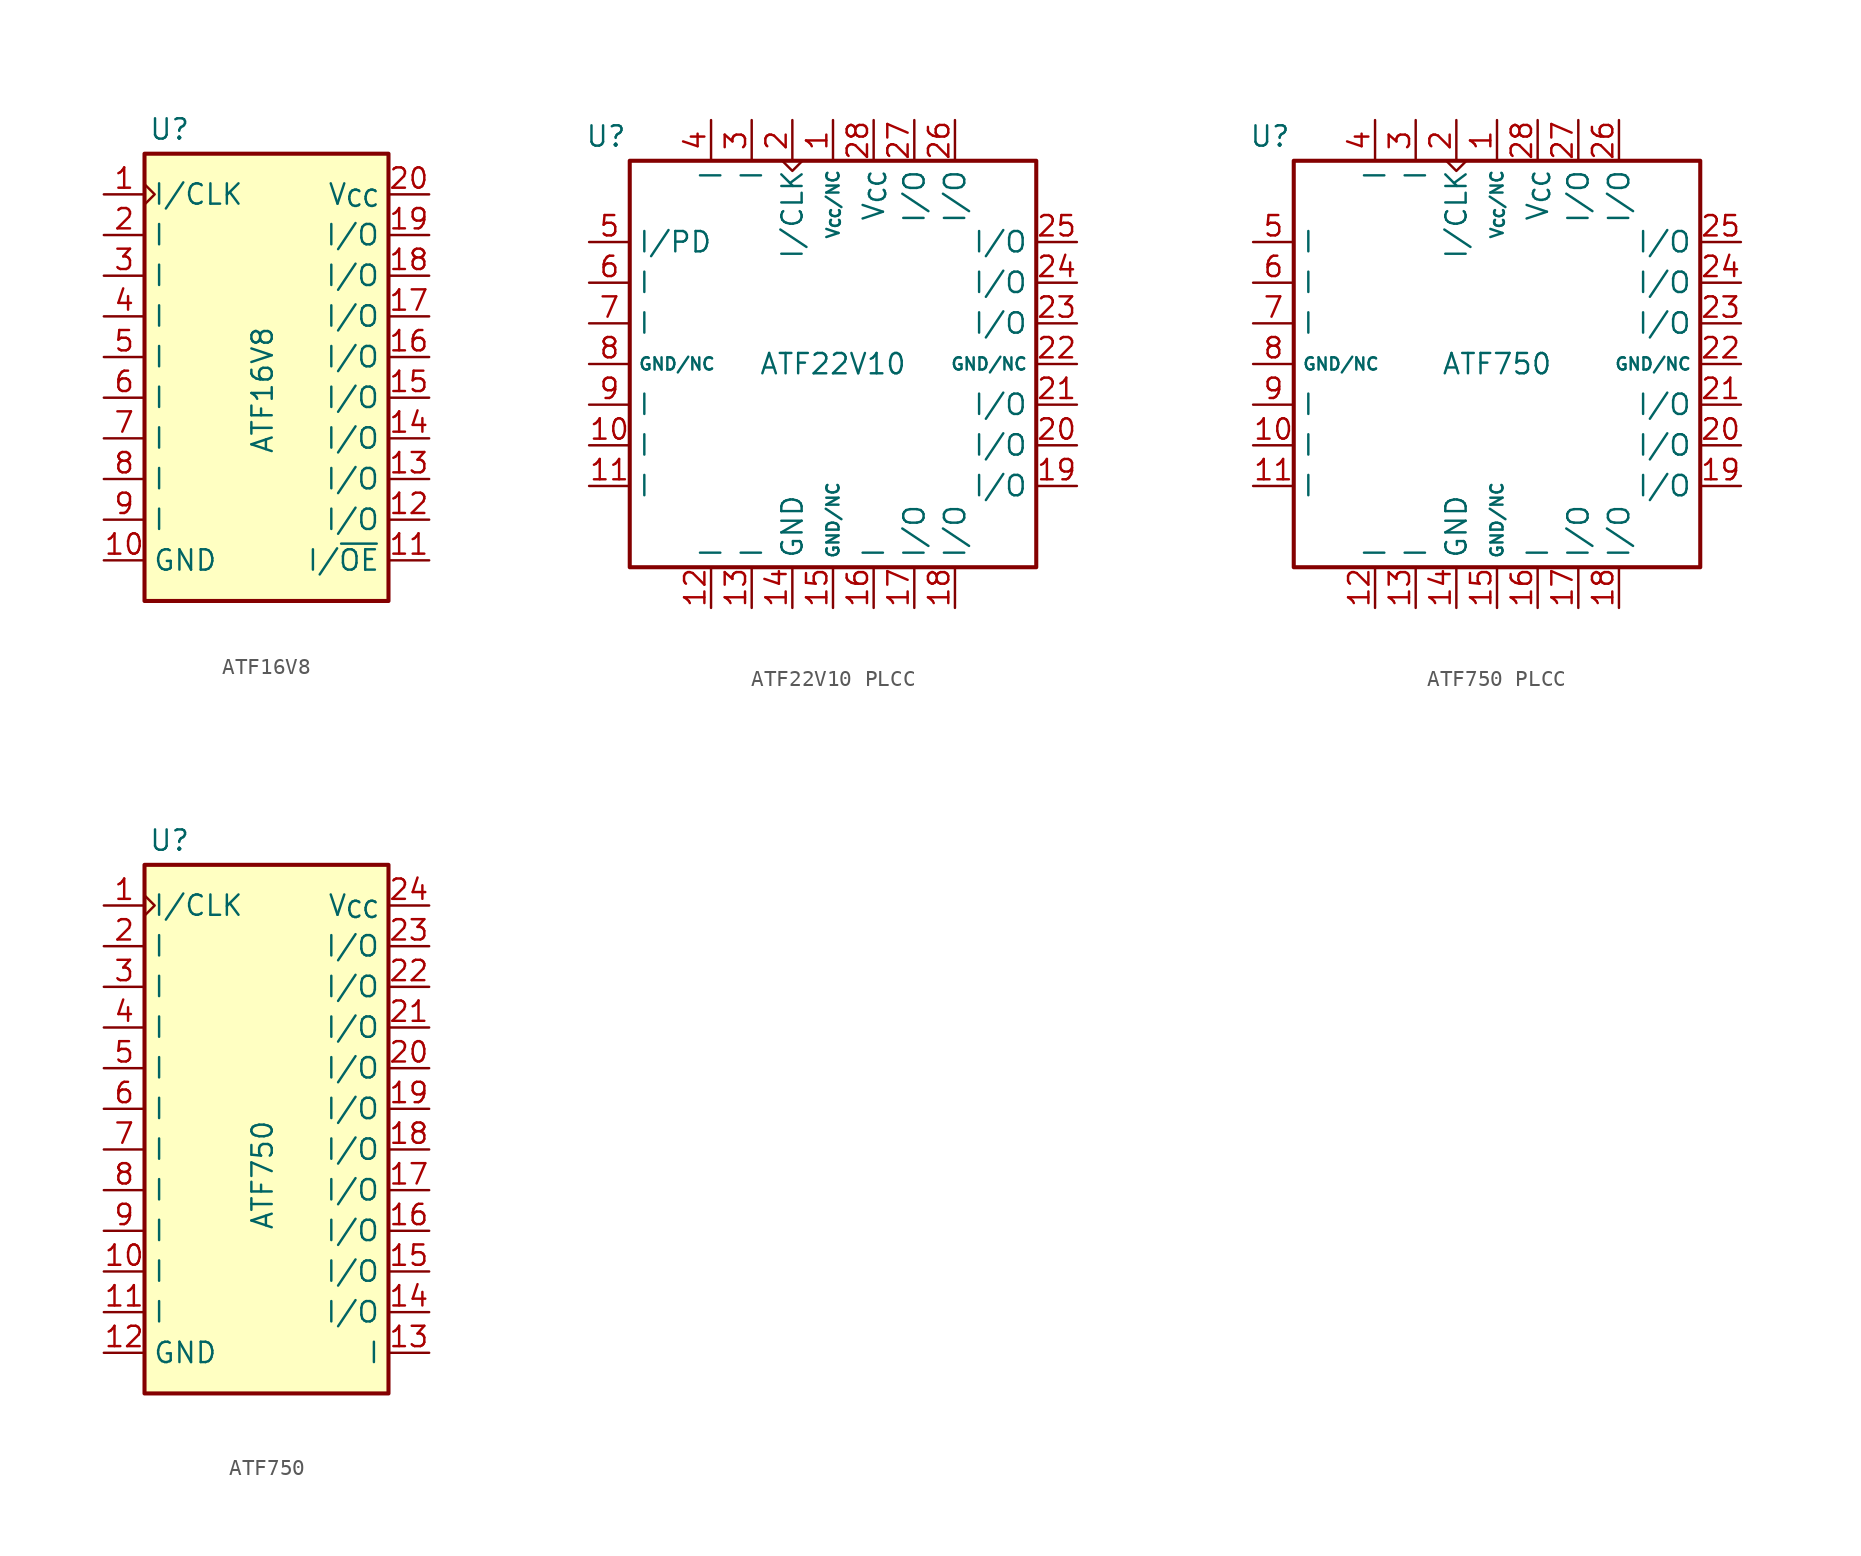
<source format=kicad_sym>
(kicad_symbol_lib
  (version 20241209)
  (generator "kicad_symbol_editor")
  (generator_version "9.0")
  (symbol "ATF16V8"
    (property "Reference" "U"
      (at -7.366 16.764 0)
      (effects (font (size 1.27 1.27)) (justify left)))
    (property "Value" "ATF16V8"
      (at -0.254 -3.556 90)
      (effects (font (size 1.27 1.27)) (justify left)))
    (symbol "ATF16V8_0_0"
      (pin power_in line (at -10.16 -10.16 0) (length 2.54) (name "GND" (effects (font (size 1.27 1.27)))) (number "10" (effects (font (size 1.27 1.27))))))
    (symbol "ATF16V8_0_1"
      (rectangle (start -7.62 15.24) (end 7.62 -12.7) (stroke (width 0.254) (type default)) (fill (type background)))
      (polyline (pts (xy -7.62 13.335) (xy -6.985 12.7) (xy -7.62 12.065)) (stroke (width 0) (type default)) (fill (type none))))
    (symbol "ATF16V8_1_0"
      (pin power_in line (at 10.16 12.7 180) (length 2.54) (name "V_{CC}" (effects (font (size 1.27 1.27)))) (number "20" (effects (font (size 1.27 1.27))))))
    (symbol "ATF16V8_1_1"
      (pin input line (at -10.16 12.7 0) (length 2.54) (name "I/CLK" (effects (font (size 1.27 1.27)))) (number "1" (effects (font (size 1.27 1.27)))))
      (pin input line (at -10.16 10.16 0) (length 2.54) (name "I" (effects (font (size 1.27 1.27)))) (number "2" (effects (font (size 1.27 1.27)))) (alternate "EDIT" input line))
      (pin input line (at -10.16 7.62 0) (length 2.54) (name "I" (effects (font (size 1.27 1.27)))) (number "3" (effects (font (size 1.27 1.27)))) (alternate "RA1" input line))
      (pin input line (at -10.16 5.08 0) (length 2.54) (name "I" (effects (font (size 1.27 1.27)))) (number "4" (effects (font (size 1.27 1.27)))) (alternate "RA2" input line))
      (pin input line (at -10.16 2.54 0) (length 2.54) (name "I" (effects (font (size 1.27 1.27)))) (number "5" (effects (font (size 1.27 1.27)))) (alternate "RA3" input line))
      (pin input line (at -10.16 0 0) (length 2.54) (name "I" (effects (font (size 1.27 1.27)))) (number "6" (effects (font (size 1.27 1.27)))) (alternate "RA4" input line))
      (pin input line (at -10.16 -2.54 0) (length 2.54) (name "I" (effects (font (size 1.27 1.27)))) (number "7" (effects (font (size 1.27 1.27)))) (alternate "RA5" input line))
      (pin input line (at -10.16 -5.08 0) (length 2.54) (name "I" (effects (font (size 1.27 1.27)))) (number "8" (effects (font (size 1.27 1.27)))) (alternate "SCLK" input line))
      (pin input line (at -10.16 -7.62 0) (length 2.54) (name "I" (effects (font (size 1.27 1.27)))) (number "9" (effects (font (size 1.27 1.27)))) (alternate "DIN" input line))
      (pin bidirectional line (at 10.16 10.16 180) (length 2.54) (name "I/O" (effects (font (size 1.27 1.27)))) (number "19" (effects (font (size 1.27 1.27)))) (alternate "PV" bidirectional line))
      (pin bidirectional line (at 10.16 7.62 180) (length 2.54) (name "I/O" (effects (font (size 1.27 1.27)))) (number "18" (effects (font (size 1.27 1.27)))) (alternate "RA0" bidirectional line))
      (pin bidirectional line (at 10.16 5.08 180) (length 2.54) (name "I/O" (effects (font (size 1.27 1.27)))) (number "17" (effects (font (size 1.27 1.27)))))
      (pin bidirectional line (at 10.16 2.54 180) (length 2.54) (name "I/O" (effects (font (size 1.27 1.27)))) (number "16" (effects (font (size 1.27 1.27)))))
      (pin bidirectional line (at 10.16 0 180) (length 2.54) (name "I/O" (effects (font (size 1.27 1.27)))) (number "15" (effects (font (size 1.27 1.27)))))
      (pin bidirectional line (at 10.16 -2.54 180) (length 2.54) (name "I/O" (effects (font (size 1.27 1.27)))) (number "14" (effects (font (size 1.27 1.27)))))
      (pin bidirectional line (at 10.16 -5.08 180) (length 2.54) (name "I/O" (effects (font (size 1.27 1.27)))) (number "13" (effects (font (size 1.27 1.27)))))
      (pin bidirectional line (at 10.16 -7.62 180) (length 2.54) (name "I/O" (effects (font (size 1.27 1.27)))) (number "12" (effects (font (size 1.27 1.27)))) (alternate "DOUT" bidirectional line))
      (pin input line (at 10.16 -10.16 180) (length 2.54) (name "I/~{OE}" (effects (font (size 1.27 1.27)))) (number "11" (effects (font (size 1.27 1.27)))) (alternate "STR" input line))))
  (symbol "ATF22V10 PLCC"
    (property "Reference" "U"
      (at -15.494 14.224 0)
      (effects (font (size 1.27 1.27)) (justify left)))
    (property "Value" "ATF22V10"
      (at 0 0 0)
      (effects (font (size 1.27 1.27))))
    (symbol "ATF22V10 PLCC_1_0"
      (pin unspecified line (at -15.24 0 0) (length 2.54) (name "GND/NC" (effects (font (size 0.762 0.762)))) (number "8" (effects (font (size 1.27 1.27)))))
      (pin power_in line (at -2.54 -15.24 90) (length 2.54) (name "GND" (effects (font (size 1.27 1.27)))) (number "14" (effects (font (size 1.27 1.27)))))
      (pin unspecified line (at 0 15.24 270) (length 2.54) (name "V_{CC}/NC" (effects (font (size 0.762 0.762)))) (number "1" (effects (font (size 1.27 1.27)))))
      (pin unspecified line (at 0 -15.24 90) (length 2.54) (name "GND/NC" (effects (font (size 0.762 0.762)))) (number "15" (effects (font (size 1.27 1.27)))))
      (pin power_in line (at 2.54 15.24 270) (length 2.54) (name "V_{CC}" (effects (font (size 1.27 1.27)))) (number "28" (effects (font (size 1.27 1.27)))))
      (pin unspecified line (at 15.24 0 180) (length 2.54) (name "GND/NC" (effects (font (size 0.762 0.762)))) (number "22" (effects (font (size 1.27 1.27))))))
    (symbol "ATF22V10 PLCC_1_1"
      (rectangle (start -12.7 12.7) (end 12.7 -12.7) (stroke (width 0.254) (type solid)) (fill (type none)))
      (polyline (pts (xy -3.175 12.7) (xy -2.54 12.065) (xy -1.905 12.7)) (stroke (width 0) (type default)) (fill (type none)))
      (pin input line (at -15.24 7.62 0) (length 2.54) (name "I/PD" (effects (font (size 1.27 1.27)))) (number "5" (effects (font (size 1.27 1.27)))) (alternate "RA0" input line))
      (pin input line (at -15.24 5.08 0) (length 2.54) (name "I" (effects (font (size 1.27 1.27)))) (number "6" (effects (font (size 1.27 1.27)))) (alternate "RA1" input line))
      (pin input line (at -15.24 2.54 0) (length 2.54) (name "I" (effects (font (size 1.27 1.27)))) (number "7" (effects (font (size 1.27 1.27)))) (alternate "RA2" input line))
      (pin input line (at -15.24 -2.54 0) (length 2.54) (name "I" (effects (font (size 1.27 1.27)))) (number "9" (effects (font (size 1.27 1.27)))) (alternate "RA3" input line))
      (pin input line (at -15.24 -5.08 0) (length 2.54) (name "I" (effects (font (size 1.27 1.27)))) (number "10" (effects (font (size 1.27 1.27)))) (alternate "RA4" input line))
      (pin input line (at -15.24 -7.62 0) (length 2.54) (name "I" (effects (font (size 1.27 1.27)))) (number "11" (effects (font (size 1.27 1.27)))) (alternate "RA5" input line))
      (pin input line (at -7.62 15.24 270) (length 2.54) (name "I" (effects (font (size 1.27 1.27)))) (number "4" (effects (font (size 1.27 1.27)))) (alternate "PV" input line))
      (pin input line (at -7.62 -15.24 90) (length 2.54) (name "I" (effects (font (size 1.27 1.27)))) (number "12" (effects (font (size 1.27 1.27)))) (alternate "SCLK" input line))
      (pin input line (at -5.08 15.24 270) (length 2.54) (name "I" (effects (font (size 1.27 1.27)))) (number "3" (effects (font (size 1.27 1.27)))) (alternate "EDIT" input line))
      (pin input line (at -5.08 -15.24 90) (length 2.54) (name "I" (effects (font (size 1.27 1.27)))) (number "13" (effects (font (size 1.27 1.27)))) (alternate "DIN" input line))
      (pin input line (at -2.54 15.24 270) (length 2.54) (name "I/CLK" (effects (font (size 1.27 1.27)))) (number "2" (effects (font (size 1.27 1.27)))))
      (pin input line (at 2.54 -15.24 90) (length 2.54) (name "I" (effects (font (size 1.27 1.27)))) (number "16" (effects (font (size 1.27 1.27)))) (alternate "STR" input line))
      (pin bidirectional line (at 5.08 15.24 270) (length 2.54) (name "I/O" (effects (font (size 1.27 1.27)))) (number "27" (effects (font (size 1.27 1.27)))))
      (pin bidirectional line (at 5.08 -15.24 90) (length 2.54) (name "I/O" (effects (font (size 1.27 1.27)))) (number "17" (effects (font (size 1.27 1.27)))) (alternate "DOUT" bidirectional line))
      (pin bidirectional line (at 7.62 15.24 270) (length 2.54) (name "I/O" (effects (font (size 1.27 1.27)))) (number "26" (effects (font (size 1.27 1.27)))))
      (pin bidirectional line (at 7.62 -15.24 90) (length 2.54) (name "I/O" (effects (font (size 1.27 1.27)))) (number "18" (effects (font (size 1.27 1.27)))))
      (pin bidirectional line (at 15.24 7.62 180) (length 2.54) (name "I/O" (effects (font (size 1.27 1.27)))) (number "25" (effects (font (size 1.27 1.27)))))
      (pin bidirectional line (at 15.24 5.08 180) (length 2.54) (name "I/O" (effects (font (size 1.27 1.27)))) (number "24" (effects (font (size 1.27 1.27)))))
      (pin bidirectional line (at 15.24 2.54 180) (length 2.54) (name "I/O" (effects (font (size 1.27 1.27)))) (number "23" (effects (font (size 1.27 1.27)))))
      (pin bidirectional line (at 15.24 -2.54 180) (length 2.54) (name "I/O" (effects (font (size 1.27 1.27)))) (number "21" (effects (font (size 1.27 1.27)))))
      (pin bidirectional line (at 15.24 -5.08 180) (length 2.54) (name "I/O" (effects (font (size 1.27 1.27)))) (number "20" (effects (font (size 1.27 1.27)))))
      (pin bidirectional line (at 15.24 -7.62 180) (length 2.54) (name "I/O" (effects (font (size 1.27 1.27)))) (number "19" (effects (font (size 1.27 1.27)))))))
  (symbol "ATF750 PLCC"
    (property "Reference" "U"
      (at -15.494 14.224 0)
      (effects (font (size 1.27 1.27)) (justify left)))
    (property "Value" "ATF750"
      (at 0 0 0)
      (effects (font (size 1.27 1.27))))
    (symbol "ATF750 PLCC_1_0"
      (pin unspecified line (at -15.24 0 0) (length 2.54) (name "GND/NC" (effects (font (size 0.762 0.762)))) (number "8" (effects (font (size 1.27 1.27)))))
      (pin power_in line (at -2.54 -15.24 90) (length 2.54) (name "GND" (effects (font (size 1.27 1.27)))) (number "14" (effects (font (size 1.27 1.27)))))
      (pin unspecified line (at 0 15.24 270) (length 2.54) (name "V_{CC}/NC" (effects (font (size 0.762 0.762)))) (number "1" (effects (font (size 1.27 1.27)))))
      (pin unspecified line (at 0 -15.24 90) (length 2.54) (name "GND/NC" (effects (font (size 0.762 0.762)))) (number "15" (effects (font (size 1.27 1.27)))))
      (pin power_in line (at 2.54 15.24 270) (length 2.54) (name "V_{CC}" (effects (font (size 1.27 1.27)))) (number "28" (effects (font (size 1.27 1.27)))))
      (pin unspecified line (at 15.24 0 180) (length 2.54) (name "GND/NC" (effects (font (size 0.762 0.762)))) (number "22" (effects (font (size 1.27 1.27))))))
    (symbol "ATF750 PLCC_1_1"
      (rectangle (start -12.7 12.7) (end 12.7 -12.7) (stroke (width 0.254) (type solid)) (fill (type none)))
      (polyline (pts (xy -3.175 12.7) (xy -2.54 12.065) (xy -1.905 12.7)) (stroke (width 0) (type default)) (fill (type none)))
      (pin input line (at -15.24 7.62 0) (length 2.54) (name "I" (effects (font (size 1.27 1.27)))) (number "5" (effects (font (size 1.27 1.27)))) (alternate "RA0" input line))
      (pin input line (at -15.24 5.08 0) (length 2.54) (name "I" (effects (font (size 1.27 1.27)))) (number "6" (effects (font (size 1.27 1.27)))) (alternate "RA1" input line))
      (pin input line (at -15.24 2.54 0) (length 2.54) (name "I" (effects (font (size 1.27 1.27)))) (number "7" (effects (font (size 1.27 1.27)))) (alternate "RA2" input line))
      (pin input line (at -15.24 -2.54 0) (length 2.54) (name "I" (effects (font (size 1.27 1.27)))) (number "9" (effects (font (size 1.27 1.27)))) (alternate "RA3" input line))
      (pin input line (at -15.24 -5.08 0) (length 2.54) (name "I" (effects (font (size 1.27 1.27)))) (number "10" (effects (font (size 1.27 1.27)))) (alternate "RA4" input line))
      (pin input line (at -15.24 -7.62 0) (length 2.54) (name "I" (effects (font (size 1.27 1.27)))) (number "11" (effects (font (size 1.27 1.27)))) (alternate "RA5" input line))
      (pin input line (at -7.62 15.24 270) (length 2.54) (name "I" (effects (font (size 1.27 1.27)))) (number "4" (effects (font (size 1.27 1.27)))) (alternate "PV" input line))
      (pin input line (at -7.62 -15.24 90) (length 2.54) (name "I" (effects (font (size 1.27 1.27)))) (number "12" (effects (font (size 1.27 1.27)))) (alternate "SCLK" input line))
      (pin input line (at -5.08 15.24 270) (length 2.54) (name "I" (effects (font (size 1.27 1.27)))) (number "3" (effects (font (size 1.27 1.27)))) (alternate "EDIT" input line))
      (pin input line (at -5.08 -15.24 90) (length 2.54) (name "I" (effects (font (size 1.27 1.27)))) (number "13" (effects (font (size 1.27 1.27)))) (alternate "DIN" input line))
      (pin input line (at -2.54 15.24 270) (length 2.54) (name "I/CLK" (effects (font (size 1.27 1.27)))) (number "2" (effects (font (size 1.27 1.27)))))
      (pin input line (at 2.54 -15.24 90) (length 2.54) (name "I" (effects (font (size 1.27 1.27)))) (number "16" (effects (font (size 1.27 1.27)))) (alternate "STR" input line))
      (pin bidirectional line (at 5.08 15.24 270) (length 2.54) (name "I/O" (effects (font (size 1.27 1.27)))) (number "27" (effects (font (size 1.27 1.27)))))
      (pin bidirectional line (at 5.08 -15.24 90) (length 2.54) (name "I/O" (effects (font (size 1.27 1.27)))) (number "17" (effects (font (size 1.27 1.27)))) (alternate "DOUT" bidirectional line))
      (pin bidirectional line (at 7.62 15.24 270) (length 2.54) (name "I/O" (effects (font (size 1.27 1.27)))) (number "26" (effects (font (size 1.27 1.27)))))
      (pin bidirectional line (at 7.62 -15.24 90) (length 2.54) (name "I/O" (effects (font (size 1.27 1.27)))) (number "18" (effects (font (size 1.27 1.27)))))
      (pin bidirectional line (at 15.24 7.62 180) (length 2.54) (name "I/O" (effects (font (size 1.27 1.27)))) (number "25" (effects (font (size 1.27 1.27)))))
      (pin bidirectional line (at 15.24 5.08 180) (length 2.54) (name "I/O" (effects (font (size 1.27 1.27)))) (number "24" (effects (font (size 1.27 1.27)))))
      (pin bidirectional line (at 15.24 2.54 180) (length 2.54) (name "I/O" (effects (font (size 1.27 1.27)))) (number "23" (effects (font (size 1.27 1.27)))))
      (pin bidirectional line (at 15.24 -2.54 180) (length 2.54) (name "I/O" (effects (font (size 1.27 1.27)))) (number "21" (effects (font (size 1.27 1.27)))))
      (pin bidirectional line (at 15.24 -5.08 180) (length 2.54) (name "I/O" (effects (font (size 1.27 1.27)))) (number "20" (effects (font (size 1.27 1.27)))))
      (pin bidirectional line (at 15.24 -7.62 180) (length 2.54) (name "I/O" (effects (font (size 1.27 1.27)))) (number "19" (effects (font (size 1.27 1.27)))))))
  (symbol "ATF750"
    (property "Reference" "U"
      (at -7.366 16.764 0)
      (effects (font (size 1.27 1.27)) (justify left)))
    (property "Value" "ATF750"
      (at -0.254 -7.62 90)
      (effects (font (size 1.27 1.27)) (justify left)))
    (symbol "ATF750_0_1"
      (polyline (pts (xy -7.62 13.335) (xy -6.985 12.7) (xy -7.62 12.065)) (stroke (width 0) (type default)) (fill (type none))))
    (symbol "ATF750_1_0"
      (pin power_in line (at -10.16 -15.24 0) (length 2.54) (name "GND" (effects (font (size 1.27 1.27)))) (number "12" (effects (font (size 1.27 1.27)))))
      (pin power_in line (at 10.16 12.7 180) (length 2.54) (name "V_{CC}" (effects (font (size 1.27 1.27)))) (number "24" (effects (font (size 1.27 1.27))))))
    (symbol "ATF750_1_1"
      (rectangle (start -7.62 15.24) (end 7.62 -17.78) (stroke (width 0.254) (type solid)) (fill (type background)))
      (pin input line (at -10.16 12.7 0) (length 2.54) (name "I/CLK" (effects (font (size 1.27 1.27)))) (number "1" (effects (font (size 1.27 1.27)))))
      (pin input line (at -10.16 10.16 0) (length 2.54) (name "I" (effects (font (size 1.27 1.27)))) (number "2" (effects (font (size 1.27 1.27)))) (alternate "EDIT" input line))
      (pin input line (at -10.16 7.62 0) (length 2.54) (name "I" (effects (font (size 1.27 1.27)))) (number "3" (effects (font (size 1.27 1.27)))) (alternate "PV" input line))
      (pin input line (at -10.16 5.08 0) (length 2.54) (name "I" (effects (font (size 1.27 1.27)))) (number "4" (effects (font (size 1.27 1.27)))) (alternate "RA0" input line))
      (pin input line (at -10.16 2.54 0) (length 2.54) (name "I" (effects (font (size 1.27 1.27)))) (number "5" (effects (font (size 1.27 1.27)))) (alternate "RA1" input line))
      (pin input line (at -10.16 0 0) (length 2.54) (name "I" (effects (font (size 1.27 1.27)))) (number "6" (effects (font (size 1.27 1.27)))) (alternate "RA2" input line))
      (pin input line (at -10.16 -2.54 0) (length 2.54) (name "I" (effects (font (size 1.27 1.27)))) (number "7" (effects (font (size 1.27 1.27)))) (alternate "RA3" input line))
      (pin input line (at -10.16 -5.08 0) (length 2.54) (name "I" (effects (font (size 1.27 1.27)))) (number "8" (effects (font (size 1.27 1.27)))) (alternate "RA4" input line))
      (pin input line (at -10.16 -7.62 0) (length 2.54) (name "I" (effects (font (size 1.27 1.27)))) (number "9" (effects (font (size 1.27 1.27)))) (alternate "RA5" input line))
      (pin input line (at -10.16 -10.16 0) (length 2.54) (name "I" (effects (font (size 1.27 1.27)))) (number "10" (effects (font (size 1.27 1.27)))) (alternate "SCLK" input line))
      (pin input line (at -10.16 -12.7 0) (length 2.54) (name "I" (effects (font (size 1.27 1.27)))) (number "11" (effects (font (size 1.27 1.27)))) (alternate "DIN" input line))
      (pin bidirectional line (at 10.16 10.16 180) (length 2.54) (name "I/O" (effects (font (size 1.27 1.27)))) (number "23" (effects (font (size 1.27 1.27)))))
      (pin bidirectional line (at 10.16 7.62 180) (length 2.54) (name "I/O" (effects (font (size 1.27 1.27)))) (number "22" (effects (font (size 1.27 1.27)))))
      (pin bidirectional line (at 10.16 5.08 180) (length 2.54) (name "I/O" (effects (font (size 1.27 1.27)))) (number "21" (effects (font (size 1.27 1.27)))))
      (pin bidirectional line (at 10.16 2.54 180) (length 2.54) (name "I/O" (effects (font (size 1.27 1.27)))) (number "20" (effects (font (size 1.27 1.27)))))
      (pin bidirectional line (at 10.16 0 180) (length 2.54) (name "I/O" (effects (font (size 1.27 1.27)))) (number "19" (effects (font (size 1.27 1.27)))))
      (pin bidirectional line (at 10.16 -2.54 180) (length 2.54) (name "I/O" (effects (font (size 1.27 1.27)))) (number "18" (effects (font (size 1.27 1.27)))))
      (pin bidirectional line (at 10.16 -5.08 180) (length 2.54) (name "I/O" (effects (font (size 1.27 1.27)))) (number "17" (effects (font (size 1.27 1.27)))))
      (pin bidirectional line (at 10.16 -7.62 180) (length 2.54) (name "I/O" (effects (font (size 1.27 1.27)))) (number "16" (effects (font (size 1.27 1.27)))))
      (pin bidirectional line (at 10.16 -10.16 180) (length 2.54) (name "I/O" (effects (font (size 1.27 1.27)))) (number "15" (effects (font (size 1.27 1.27)))))
      (pin bidirectional line (at 10.16 -12.7 180) (length 2.54) (name "I/O" (effects (font (size 1.27 1.27)))) (number "14" (effects (font (size 1.27 1.27)))) (alternate "DOUT" bidirectional line))
      (pin input line (at 10.16 -15.24 180) (length 2.54) (name "I" (effects (font (size 1.27 1.27)))) (number "13" (effects (font (size 1.27 1.27)))) (alternate "STR" input line)))))
</source>
